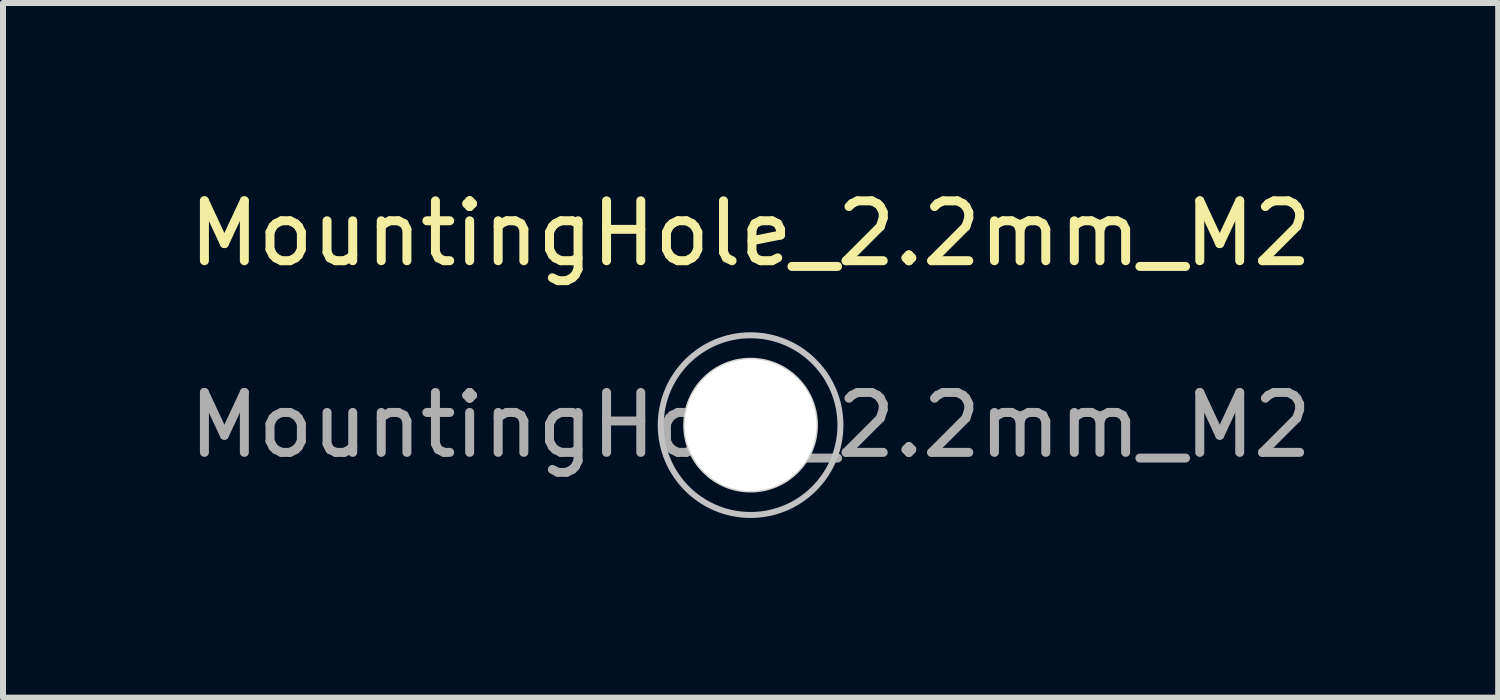
<source format=kicad_pcb>
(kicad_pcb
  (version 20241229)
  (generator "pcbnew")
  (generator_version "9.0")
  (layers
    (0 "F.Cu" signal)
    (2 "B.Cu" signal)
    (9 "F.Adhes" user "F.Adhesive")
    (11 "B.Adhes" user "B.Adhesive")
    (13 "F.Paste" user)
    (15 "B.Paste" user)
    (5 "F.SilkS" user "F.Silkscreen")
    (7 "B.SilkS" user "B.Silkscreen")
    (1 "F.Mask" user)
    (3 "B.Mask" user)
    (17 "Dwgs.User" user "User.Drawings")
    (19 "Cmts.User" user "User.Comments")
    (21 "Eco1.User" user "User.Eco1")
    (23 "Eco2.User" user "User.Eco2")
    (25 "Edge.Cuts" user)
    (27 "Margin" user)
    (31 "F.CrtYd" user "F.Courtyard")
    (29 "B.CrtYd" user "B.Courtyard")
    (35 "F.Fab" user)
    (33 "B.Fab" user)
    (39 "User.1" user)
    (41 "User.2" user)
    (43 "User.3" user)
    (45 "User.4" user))
  (footprint "MountingHole_2.2mm_M2"
    (layer "F.Cu")
    (at 9.482 4.048)
    (property "Reference" "MountingHole_2.2mm_M2" (at 0 -3.2 0) (layer "F.SilkS") (effects (font (size 1 1) (thickness 0.15))))
    (attr exclude_from_pos_files exclude_from_bom)
    (fp_circle (center 0 0) (end 1.5 0) (stroke (width 0.1) (type default)) (fill no) (layer "Dwgs.User"))
    (fp_circle (center 0 0) (end 1.1 0) (stroke (width 0.05) (type solid)) (fill no) (layer "Edge.Cuts"))
    (fp_text user "${REFERENCE}" (at 0 0 0) (layer "F.Fab") (effects (font (size 1 1) (thickness 0.15))))
    (pad "" np_thru_hole circle (at 0 0) (size 2.2 2.2) (drill 2.2) (layers "*.Cu" "*.Mask")))
  (gr_rect
    (start -3 -3)
    (end 21.964 8.598)
    (stroke (width 0.1) (type default))
    (fill no)
    (layer "Edge.Cuts")))
</source>
